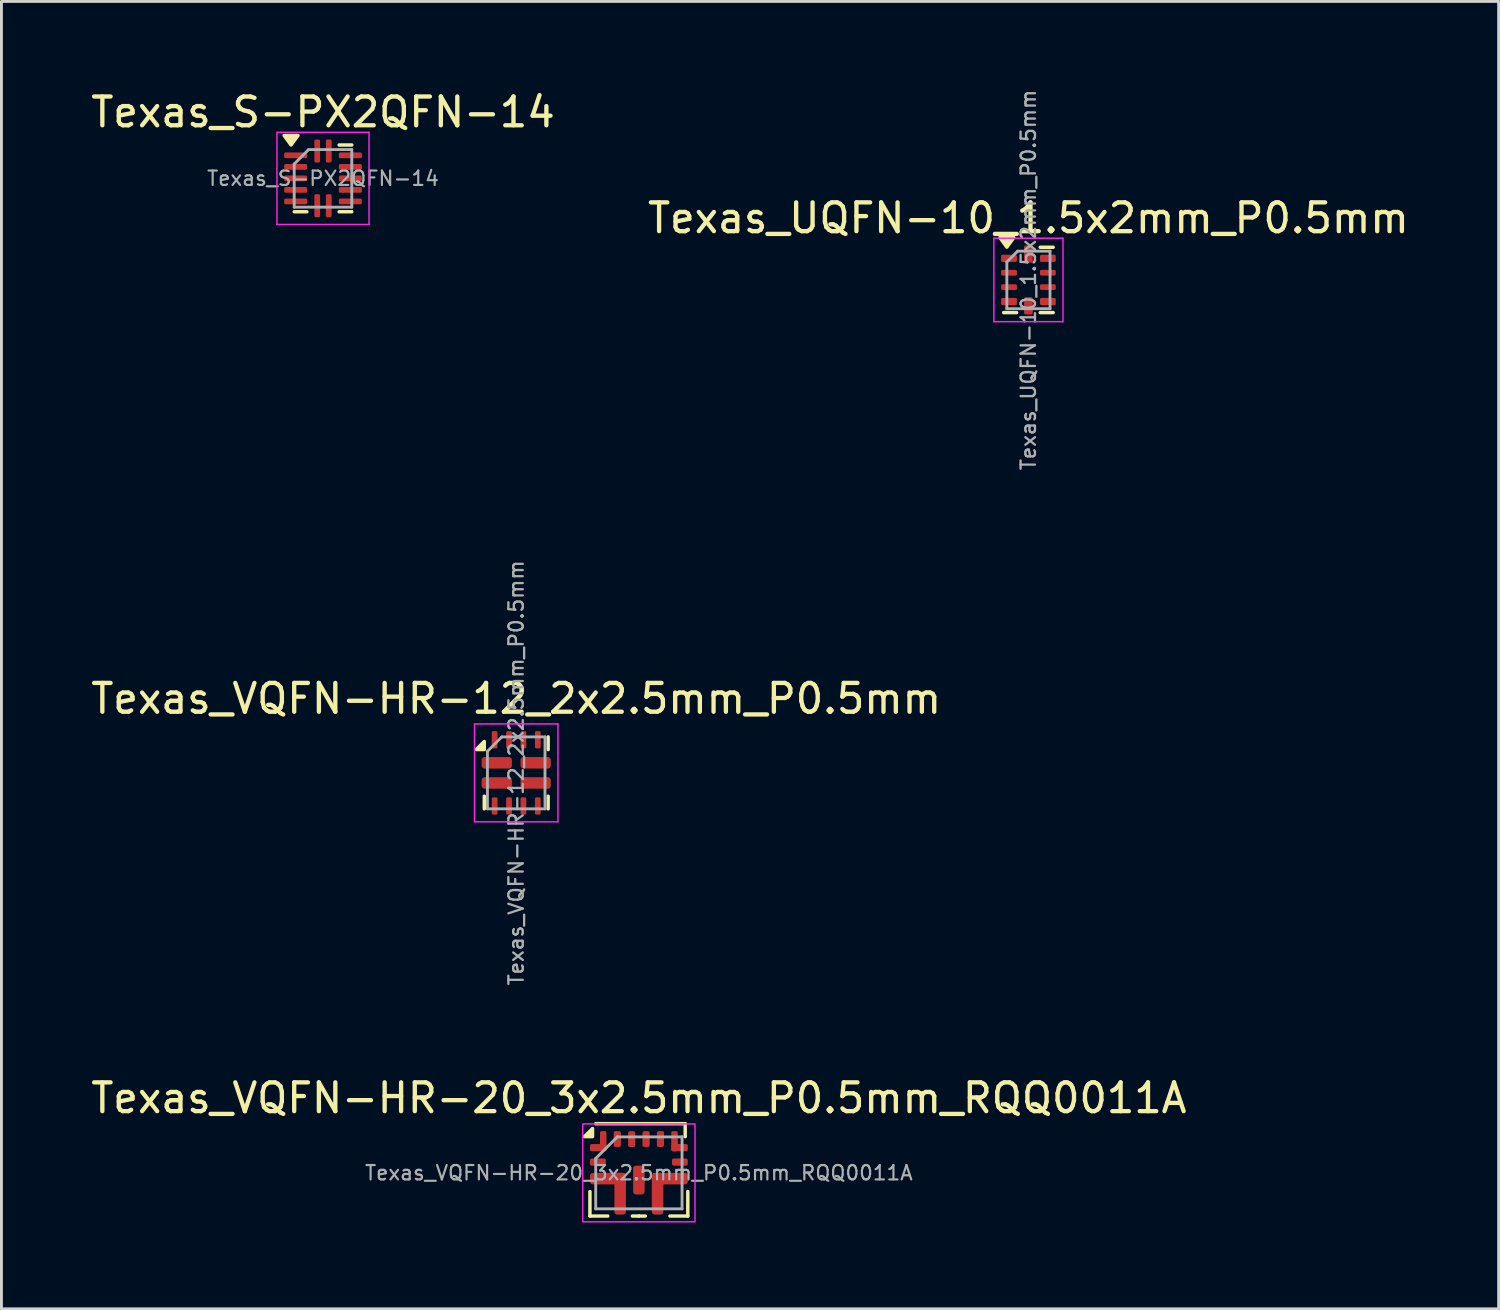
<source format=kicad_pcb>
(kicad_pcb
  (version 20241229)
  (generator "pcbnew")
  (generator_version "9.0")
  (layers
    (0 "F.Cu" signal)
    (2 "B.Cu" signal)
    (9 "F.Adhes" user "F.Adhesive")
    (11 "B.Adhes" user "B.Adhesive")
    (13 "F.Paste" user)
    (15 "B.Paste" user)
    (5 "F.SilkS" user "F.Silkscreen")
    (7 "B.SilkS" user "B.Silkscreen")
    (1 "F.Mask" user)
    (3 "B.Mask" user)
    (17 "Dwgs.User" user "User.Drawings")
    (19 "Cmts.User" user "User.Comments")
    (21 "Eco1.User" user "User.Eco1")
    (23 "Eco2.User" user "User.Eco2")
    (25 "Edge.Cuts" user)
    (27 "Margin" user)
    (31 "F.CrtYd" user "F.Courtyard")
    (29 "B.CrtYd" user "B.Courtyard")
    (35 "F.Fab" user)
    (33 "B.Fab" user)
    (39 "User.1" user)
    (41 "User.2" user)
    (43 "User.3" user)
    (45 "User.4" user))
  (footprint "Texas_VQFN-HR-20_3x2.5mm_P0.5mm_RQQ0011A"
    (layer "F.Cu")
    (at 19.149 37.704)
    (property "Reference" "Texas_VQFN-HR-20_3x2.5mm_P0.5mm_RQQ0011A" (at 0 -2.6 0) (layer "F.SilkS") (effects (font (size 1 1) (thickness 0.15))))
    (attr smd)
    (fp_line (start -1.7 1.5) (end -1.7 0.65) (stroke (width 0.12) (type default)) (layer "F.SilkS"))
    (fp_line (start -1.7 1.5) (end -1.08 1.5) (stroke (width 0.12) (type default)) (layer "F.SilkS"))
    (fp_line (start -1.5 -1.71) (end 1.61 -1.71) (stroke (width 0.12) (type default)) (layer "F.SilkS"))
    (fp_line (start -0.225 1.5) (end 0 1.5) (stroke (width 0.12) (type default)) (layer "F.SilkS"))
    (fp_line (start 0.225 1.5) (end 0 1.5) (stroke (width 0.12) (type default)) (layer "F.SilkS"))
    (fp_line (start 1.61 -1.71) (end 1.61 -1.26) (stroke (width 0.12) (type default)) (layer "F.SilkS"))
    (fp_line (start 1.7 1.5) (end 1.08 1.5) (stroke (width 0.12) (type default)) (layer "F.SilkS"))
    (fp_line (start 1.7 1.5) (end 1.7 0.65) (stroke (width 0.12) (type default)) (layer "F.SilkS"))
    (fp_poly (pts (xy -1.61 -1.26) (xy -1.89 -1.26) (xy -1.61 -1.54) (xy -1.61 -1.26)) (stroke (width 0.12) (type solid)) (fill yes) (layer "F.SilkS"))
    (fp_rect (start -1.95 -1.7) (end 1.95 1.7) (stroke (width 0.05) (type default)) (fill no) (layer "F.CrtYd"))
    (fp_line (start -1.5 -0.5) (end -1.5 1.25) (stroke (width 0.1) (type default)) (layer "F.Fab"))
    (fp_line (start -1.5 1.25) (end 1.5 1.25) (stroke (width 0.1) (type default)) (layer "F.Fab"))
    (fp_line (start -0.75 -1.25) (end -1.5 -0.5) (stroke (width 0.1) (type default)) (layer "F.Fab"))
    (fp_line (start 1.5 -1.25) (end -0.75 -1.25) (stroke (width 0.1) (type default)) (layer "F.Fab"))
    (fp_line (start 1.5 1.25) (end 1.5 -1.25) (stroke (width 0.1) (type default)) (layer "F.Fab"))
    (fp_text user "${REFERENCE}" (at 0 0 0) (layer "F.Fab") (effects (font (size 0.5 0.5) (thickness 0.075))))
    (pad "1" smd roundrect (at -1.413 -0.875) (size 0.575 0.25) (layers "F.Cu" "F.Mask" "F.Paste") (roundrect_rratio 0.25))
    (pad "1" smd roundrect (at -1.238 -1.1 180) (size 0.225 0.7) (layers "F.Cu" "F.Mask" "F.Paste") (roundrect_rratio 0.25))
    (pad "2" smd roundrect (at -1.425 -0.375 270) (size 0.25 0.55) (layers "F.Cu" "F.Mask" "F.Paste") (roundrect_rratio 0.25))
    (pad "3" smd roundrect (at -1.075 0.2) (size 1.25 0.4) (layers "F.Cu" "F.Mask" "F.Paste") (roundrect_rratio 0.25))
    (pad "3" smd roundrect (at -0.65 0.725) (size 0.4 1.45) (layers "F.Cu" "F.Mask" "F.Paste") (roundrect_rratio 0.25))
    (pad "4" smd roundrect (at 0 0.25) (size 0.4 1) (layers "F.Cu" "F.Mask" "F.Paste") (roundrect_rratio 0.25))
    (pad "5" smd roundrect (at 0.65 0.725) (size 0.4 1.45) (layers "F.Cu" "F.Mask" "F.Paste") (roundrect_rratio 0.25))
    (pad "5" smd roundrect (at 1.075 0.2) (size 1.25 0.4) (layers "F.Cu" "F.Mask" "F.Paste") (roundrect_rratio 0.25))
    (pad "6" smd roundrect (at 1.425 -0.375 270) (size 0.25 0.55) (layers "F.Cu" "F.Mask" "F.Paste") (roundrect_rratio 0.25))
    (pad "7" smd roundrect (at 1.238 -1.1 180) (size 0.225 0.7) (layers "F.Cu" "F.Mask" "F.Paste") (roundrect_rratio 0.25))
    (pad "7" smd roundrect (at 1.413 -0.875) (size 0.575 0.25) (layers "F.Cu" "F.Mask" "F.Paste") (roundrect_rratio 0.25))
    (pad "8" smd roundrect (at 0.75 -1.175) (size 0.25 0.55) (layers "F.Cu" "F.Mask" "F.Paste") (roundrect_rratio 0.25))
    (pad "9" smd roundrect (at 0.25 -1.175) (size 0.25 0.55) (layers "F.Cu" "F.Mask" "F.Paste") (roundrect_rratio 0.25))
    (pad "10" smd roundrect (at -0.25 -1.175) (size 0.25 0.55) (layers "F.Cu" "F.Mask" "F.Paste") (roundrect_rratio 0.25))
    (pad "11" smd roundrect (at -0.75 -1.175) (size 0.25 0.55) (layers "F.Cu" "F.Mask" "F.Paste") (roundrect_rratio 0.25)))
  (footprint "Texas_VQFN-HR-12_2x2.5mm_P0.5mm"
    (layer "F.Cu")
    (at 14.887 23.805)
    (property "Reference" "Texas_VQFN-HR-12_2x2.5mm_P0.5mm" (at 0 -2.58 0) (layer "F.SilkS") (effects (font (size 1 1) (thickness 0.15))))
    (attr smd)
    (fp_line (start -1.11 1.25) (end -1.11 0.81) (stroke (width 0.12) (type solid)) (layer "F.SilkS"))
    (fp_line (start 1.11 -1.25) (end 1.11 -0.81) (stroke (width 0.12) (type solid)) (layer "F.SilkS"))
    (fp_line (start 1.11 1.25) (end 1.11 0.81) (stroke (width 0.12) (type solid)) (layer "F.SilkS"))
    (fp_poly (pts (xy -1.11 -0.81) (xy -1.39 -0.81) (xy -1.11 -1.09) (xy -1.11 -0.81)) (stroke (width 0.12) (type solid)) (fill yes) (layer "F.SilkS"))
    (fp_line (start -1.45 -1.7) (end -1.45 1.7) (stroke (width 0.05) (type solid)) (layer "F.CrtYd"))
    (fp_line (start -1.45 1.7) (end 1.45 1.7) (stroke (width 0.05) (type solid)) (layer "F.CrtYd"))
    (fp_line (start 1.45 -1.7) (end -1.45 -1.7) (stroke (width 0.05) (type solid)) (layer "F.CrtYd"))
    (fp_line (start 1.45 1.7) (end 1.45 -1.7) (stroke (width 0.05) (type solid)) (layer "F.CrtYd"))
    (fp_line (start -1 -0.75) (end -0.5 -1.25) (stroke (width 0.1) (type solid)) (layer "F.Fab"))
    (fp_line (start -1 1.25) (end -1 -0.75) (stroke (width 0.1) (type solid)) (layer "F.Fab"))
    (fp_line (start -0.5 -1.25) (end 1 -1.25) (stroke (width 0.1) (type solid)) (layer "F.Fab"))
    (fp_line (start 1 -1.25) (end 1 1.25) (stroke (width 0.1) (type solid)) (layer "F.Fab"))
    (fp_line (start 1 1.25) (end -1 1.25) (stroke (width 0.1) (type solid)) (layer "F.Fab"))
    (fp_text user "${REFERENCE}" (at 0 0 90) (layer "F.Fab") (effects (font (size 0.5 0.5) (thickness 0.08))))
    (pad "1" smd roundrect (at -0.675 -0.35) (size 1.05 0.4) (layers "F.Cu" "F.Mask" "F.Paste") (roundrect_rratio 0.25))
    (pad "2" smd roundrect (at -0.675 0.35) (size 1.05 0.4) (layers "F.Cu" "F.Mask" "F.Paste") (roundrect_rratio 0.25))
    (pad "3" smd roundrect (at -0.75 1.15) (size 0.2 0.6) (layers "F.Cu" "F.Mask" "F.Paste") (roundrect_rratio 0.25))
    (pad "4" smd roundrect (at -0.25 1.15) (size 0.2 0.6) (layers "F.Cu" "F.Mask" "F.Paste") (roundrect_rratio 0.25))
    (pad "5" smd roundrect (at 0.25 1.15) (size 0.2 0.6) (layers "F.Cu" "F.Mask" "F.Paste") (roundrect_rratio 0.25))
    (pad "6" smd roundrect (at 0.75 1.15) (size 0.2 0.6) (layers "F.Cu" "F.Mask" "F.Paste") (roundrect_rratio 0.25))
    (pad "7" smd roundrect (at 0.675 0.35) (size 1.05 0.4) (layers "F.Cu" "F.Mask" "F.Paste") (roundrect_rratio 0.25))
    (pad "8" smd roundrect (at 0.675 -0.35) (size 1.05 0.4) (layers "F.Cu" "F.Mask" "F.Paste") (roundrect_rratio 0.25))
    (pad "9" smd roundrect (at 0.75 -1.15) (size 0.2 0.6) (layers "F.Cu" "F.Mask" "F.Paste") (roundrect_rratio 0.25))
    (pad "10" smd roundrect (at 0.25 -1.15) (size 0.2 0.6) (layers "F.Cu" "F.Mask" "F.Paste") (roundrect_rratio 0.25))
    (pad "11" smd roundrect (at -0.25 -1.15) (size 0.2 0.6) (layers "F.Cu" "F.Mask" "F.Paste") (roundrect_rratio 0.25))
    (pad "12" smd roundrect (at -0.75 -1.15) (size 0.2 0.6) (layers "F.Cu" "F.Mask" "F.Paste") (roundrect_rratio 0.25)))
  (footprint "Texas_UQFN-10_1.5x2mm_P0.5mm"
    (layer "F.Cu")
    (at 32.685 6.677)
    (property "Reference" "Texas_UQFN-10_1.5x2mm_P0.5mm" (at 0 -2.15 0) (layer "F.SilkS") (effects (font (size 1 1) (thickness 0.15))))
    (attr smd)
    (fp_line (start -0.41 1.135) (end -0.86 1.135) (stroke (width 0.12) (type solid)) (layer "F.SilkS"))
    (fp_line (start 0.41 -1.135) (end 0.86 -1.135) (stroke (width 0.12) (type solid)) (layer "F.SilkS"))
    (fp_line (start 0.41 1.135) (end 0.86 1.135) (stroke (width 0.12) (type solid)) (layer "F.SilkS"))
    (fp_poly (pts (xy -0.75 -1.14) (xy -0.99 -1.47) (xy -0.51 -1.47) (xy -0.75 -1.14)) (stroke (width 0.12) (type solid)) (fill yes) (layer "F.SilkS"))
    (fp_line (start -1.2 -1.45) (end -1.2 1.45) (stroke (width 0.05) (type solid)) (layer "F.CrtYd"))
    (fp_line (start -1.2 1.45) (end 1.2 1.45) (stroke (width 0.05) (type solid)) (layer "F.CrtYd"))
    (fp_line (start 1.2 -1.45) (end -1.2 -1.45) (stroke (width 0.05) (type solid)) (layer "F.CrtYd"))
    (fp_line (start 1.2 1.45) (end 1.2 -1.45) (stroke (width 0.05) (type solid)) (layer "F.CrtYd"))
    (fp_line (start -0.75 -0.625) (end -0.375 -1) (stroke (width 0.1) (type solid)) (layer "F.Fab"))
    (fp_line (start -0.75 1) (end -0.75 -0.625) (stroke (width 0.1) (type solid)) (layer "F.Fab"))
    (fp_line (start -0.375 -1) (end 0.75 -1) (stroke (width 0.1) (type solid)) (layer "F.Fab"))
    (fp_line (start 0.75 -1) (end 0.75 1) (stroke (width 0.1) (type solid)) (layer "F.Fab"))
    (fp_line (start 0.75 1) (end -0.75 1) (stroke (width 0.1) (type solid)) (layer "F.Fab"))
    (fp_text user "${REFERENCE}" (at 0 0 90) (layer "F.Fab") (effects (font (size 0.5 0.5) (thickness 0.08))))
    (pad "1" smd roundrect (at -0.675 -0.75) (size 0.55 0.25) (layers "F.Cu" "F.Mask" "F.Paste") (roundrect_rratio 0.2))
    (pad "2" smd roundrect (at -0.675 -0.25) (size 0.55 0.2) (layers "F.Cu" "F.Mask" "F.Paste") (roundrect_rratio 0.25))
    (pad "3" smd roundrect (at -0.675 0.25) (size 0.55 0.2) (layers "F.Cu" "F.Mask" "F.Paste") (roundrect_rratio 0.25))
    (pad "4" smd roundrect (at -0.675 0.75) (size 0.55 0.25) (layers "F.Cu" "F.Mask" "F.Paste") (roundrect_rratio 0.2))
    (pad "5" smd roundrect (at 0 0.9) (size 0.3 0.6) (layers "F.Cu" "F.Mask" "F.Paste") (roundrect_rratio 0.167))
    (pad "6" smd roundrect (at 0.675 0.75) (size 0.55 0.25) (layers "F.Cu" "F.Mask" "F.Paste") (roundrect_rratio 0.2))
    (pad "7" smd roundrect (at 0.675 0.25) (size 0.55 0.2) (layers "F.Cu" "F.Mask" "F.Paste") (roundrect_rratio 0.25))
    (pad "8" smd roundrect (at 0.675 -0.25) (size 0.55 0.2) (layers "F.Cu" "F.Mask" "F.Paste") (roundrect_rratio 0.25))
    (pad "9" smd roundrect (at 0.675 -0.75) (size 0.55 0.25) (layers "F.Cu" "F.Mask" "F.Paste") (roundrect_rratio 0.2))
    (pad "10" smd roundrect (at 0 -0.9) (size 0.3 0.6) (layers "F.Cu" "F.Mask" "F.Paste") (roundrect_rratio 0.167)))
  (footprint "Texas_S-PX2QFN-14"
    (layer "F.Cu")
    (at 8.173 3.148)
    (property "Reference" "Texas_S-PX2QFN-14" (at 0 -2.3 0) (layer "F.SilkS") (effects (font (size 1 1) (thickness 0.15))))
    (attr smd)
    (fp_line (start -0.56 1.16) (end -1 1.16) (stroke (width 0.12) (type solid)) (layer "F.SilkS"))
    (fp_line (start 0.56 -1.16) (end 1 -1.16) (stroke (width 0.12) (type solid)) (layer "F.SilkS"))
    (fp_line (start 0.56 1.16) (end 1 1.16) (stroke (width 0.12) (type solid)) (layer "F.SilkS"))
    (fp_poly (pts (xy -1.11 -1.16) (xy -1.35 -1.49) (xy -0.87 -1.49) (xy -1.11 -1.16)) (stroke (width 0.12) (type solid)) (fill yes) (layer "F.SilkS"))
    (fp_line (start -1.6 -1.6) (end -1.6 1.6) (stroke (width 0.05) (type solid)) (layer "F.CrtYd"))
    (fp_line (start -1.6 1.6) (end 1.6 1.6) (stroke (width 0.05) (type solid)) (layer "F.CrtYd"))
    (fp_line (start 1.6 -1.6) (end -1.6 -1.6) (stroke (width 0.05) (type solid)) (layer "F.CrtYd"))
    (fp_line (start 1.6 1.6) (end 1.6 -1.6) (stroke (width 0.05) (type solid)) (layer "F.CrtYd"))
    (fp_line (start -1 -0.5) (end -0.5 -1) (stroke (width 0.1) (type solid)) (layer "F.Fab"))
    (fp_line (start -1 1) (end -1 -0.5) (stroke (width 0.1) (type solid)) (layer "F.Fab"))
    (fp_line (start -0.5 -1) (end 1 -1) (stroke (width 0.1) (type solid)) (layer "F.Fab"))
    (fp_line (start 1 -1) (end 1 1) (stroke (width 0.1) (type solid)) (layer "F.Fab"))
    (fp_line (start 1 1) (end -1 1) (stroke (width 0.1) (type solid)) (layer "F.Fab"))
    (fp_text user "${REFERENCE}" (at 0 0 0) (layer "F.Fab") (effects (font (size 0.5 0.5) (thickness 0.075))))
    (pad "1" smd roundrect (at -0.95 -0.8) (size 0.8 0.2) (layers "F.Cu" "F.Mask" "F.Paste") (roundrect_rratio 0.25))
    (pad "2" smd roundrect (at -0.95 -0.4) (size 0.8 0.2) (layers "F.Cu" "F.Mask" "F.Paste") (roundrect_rratio 0.25))
    (pad "3" smd roundrect (at -0.95 0) (size 0.8 0.2) (layers "F.Cu" "F.Mask" "F.Paste") (roundrect_rratio 0.25))
    (pad "4" smd roundrect (at -0.95 0.4) (size 0.8 0.2) (layers "F.Cu" "F.Mask" "F.Paste") (roundrect_rratio 0.25))
    (pad "5" smd roundrect (at -0.95 0.8) (size 0.8 0.2) (layers "F.Cu" "F.Mask" "F.Paste") (roundrect_rratio 0.25))
    (pad "6" smd roundrect (at -0.2 0.95) (size 0.2 0.8) (layers "F.Cu" "F.Mask" "F.Paste") (roundrect_rratio 0.25))
    (pad "7" smd roundrect (at 0.2 0.95) (size 0.2 0.8) (layers "F.Cu" "F.Mask" "F.Paste") (roundrect_rratio 0.25))
    (pad "8" smd roundrect (at 0.95 0.8) (size 0.8 0.2) (layers "F.Cu" "F.Mask" "F.Paste") (roundrect_rratio 0.25))
    (pad "9" smd roundrect (at 0.95 0.4) (size 0.8 0.2) (layers "F.Cu" "F.Mask" "F.Paste") (roundrect_rratio 0.25))
    (pad "10" smd roundrect (at 0.95 0) (size 0.8 0.2) (layers "F.Cu" "F.Mask" "F.Paste") (roundrect_rratio 0.25))
    (pad "11" smd roundrect (at 0.95 -0.4) (size 0.8 0.2) (layers "F.Cu" "F.Mask" "F.Paste") (roundrect_rratio 0.25))
    (pad "12" smd roundrect (at 0.95 -0.8) (size 0.8 0.2) (layers "F.Cu" "F.Mask" "F.Paste") (roundrect_rratio 0.25))
    (pad "13" smd roundrect (at 0.2 -0.95) (size 0.2 0.8) (layers "F.Cu" "F.Mask" "F.Paste") (roundrect_rratio 0.25))
    (pad "14" smd roundrect (at -0.2 -0.95) (size 0.2 0.8) (layers "F.Cu" "F.Mask" "F.Paste") (roundrect_rratio 0.25)))
  (gr_rect
    (start -3 -3)
    (end 49.024 42.429)
    (stroke (width 0.1) (type default))
    (fill no)
    (layer "Edge.Cuts")))
</source>
